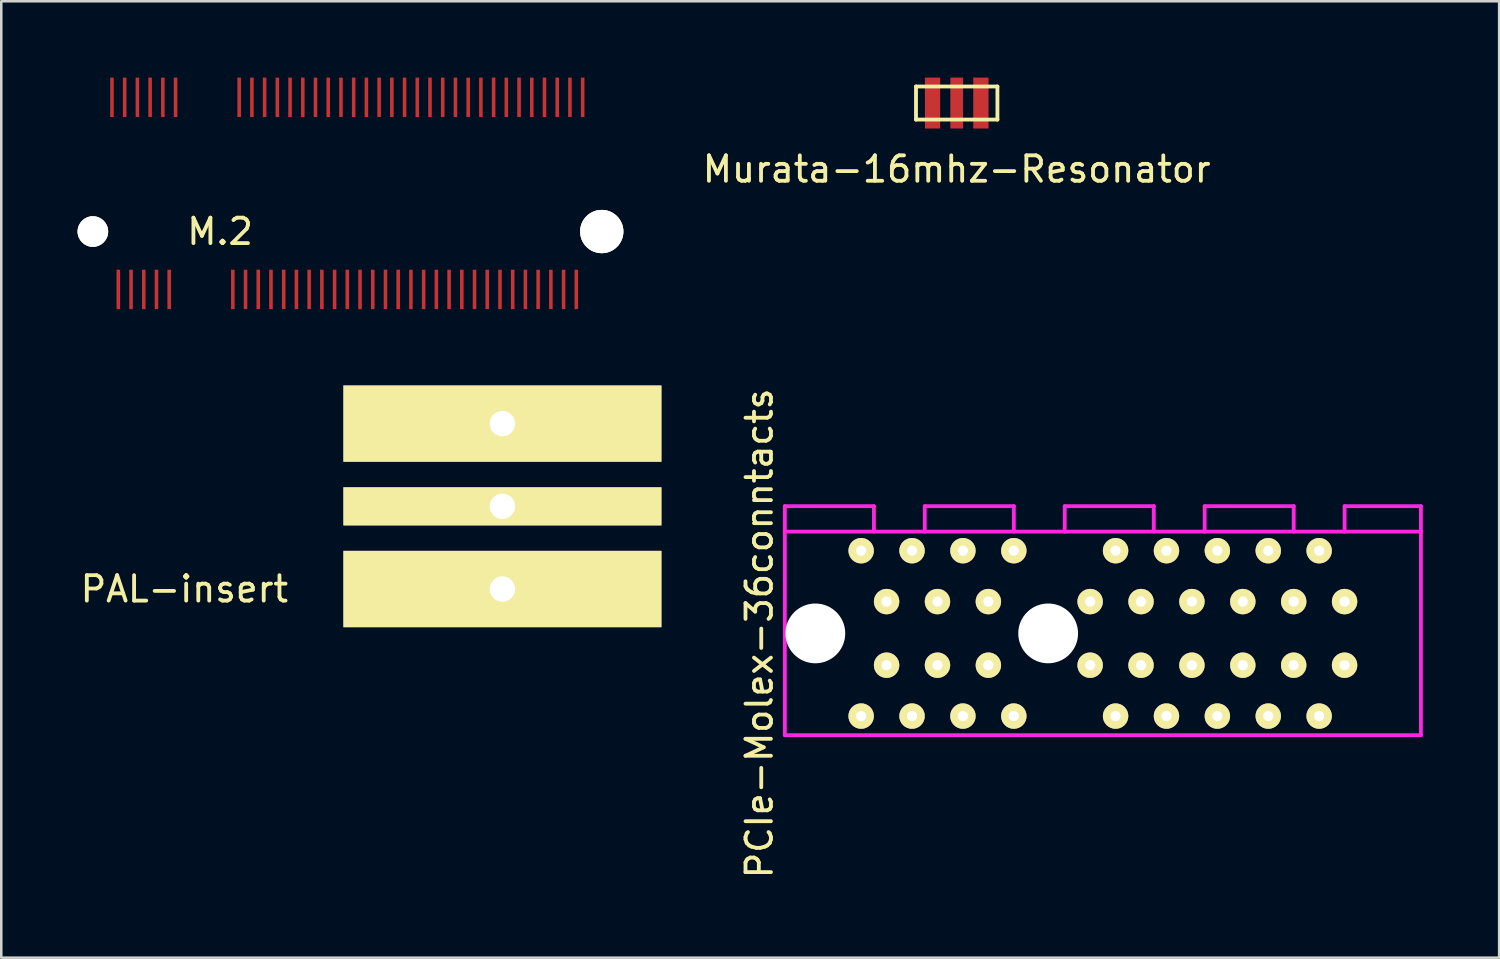
<source format=kicad_pcb>
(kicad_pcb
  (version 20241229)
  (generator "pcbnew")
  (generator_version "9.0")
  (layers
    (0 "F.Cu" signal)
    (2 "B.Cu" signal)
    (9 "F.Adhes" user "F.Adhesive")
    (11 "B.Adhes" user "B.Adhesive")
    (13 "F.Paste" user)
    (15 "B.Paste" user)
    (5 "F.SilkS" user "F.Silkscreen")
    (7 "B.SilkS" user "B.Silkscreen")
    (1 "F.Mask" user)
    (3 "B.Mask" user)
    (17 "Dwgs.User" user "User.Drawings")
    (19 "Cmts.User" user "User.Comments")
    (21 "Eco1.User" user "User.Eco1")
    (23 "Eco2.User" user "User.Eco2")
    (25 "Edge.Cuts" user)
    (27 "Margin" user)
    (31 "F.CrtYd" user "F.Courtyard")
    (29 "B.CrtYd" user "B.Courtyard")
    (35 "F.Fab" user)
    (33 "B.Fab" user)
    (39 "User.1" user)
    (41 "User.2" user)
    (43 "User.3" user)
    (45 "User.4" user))
  (footprint "PCIe-Molex-36conntacts"
    (layer "F.Cu")
    (at 39.795 21.844)
    (property "Reference" "PCIe-Molex-36conntacts" (at -13 0 270) (layer "F.SilkS") (effects (font (size 1 1) (thickness 0.15))))
    (attr through_hole)
    (fp_line (start -12 -5) (end -8.5 -5) (stroke (width 0.15) (type solid)) (layer "F.CrtYd"))
    (fp_line (start -12 -4) (end -12 -5) (stroke (width 0.15) (type solid)) (layer "F.CrtYd"))
    (fp_line (start -12 -4) (end -12 4) (stroke (width 0.15) (type solid)) (layer "F.CrtYd"))
    (fp_line (start -12 4) (end 13 4) (stroke (width 0.15) (type solid)) (layer "F.CrtYd"))
    (fp_line (start -8.5 -5) (end -8.5 -4) (stroke (width 0.15) (type solid)) (layer "F.CrtYd"))
    (fp_line (start -6.5 -5) (end -3 -5) (stroke (width 0.15) (type solid)) (layer "F.CrtYd"))
    (fp_line (start -6.5 -4) (end -6.5 -5) (stroke (width 0.15) (type solid)) (layer "F.CrtYd"))
    (fp_line (start -3 -5) (end -3 -4) (stroke (width 0.15) (type solid)) (layer "F.CrtYd"))
    (fp_line (start -1 -5) (end 2.5 -5) (stroke (width 0.15) (type solid)) (layer "F.CrtYd"))
    (fp_line (start -1 -4) (end -1 -5) (stroke (width 0.15) (type solid)) (layer "F.CrtYd"))
    (fp_line (start 2.5 -5) (end 2.5 -4) (stroke (width 0.15) (type solid)) (layer "F.CrtYd"))
    (fp_line (start 4.5 -5) (end 8 -5) (stroke (width 0.15) (type solid)) (layer "F.CrtYd"))
    (fp_line (start 4.5 -4) (end 4.5 -5) (stroke (width 0.15) (type solid)) (layer "F.CrtYd"))
    (fp_line (start 8 -5) (end 8 -4) (stroke (width 0.15) (type solid)) (layer "F.CrtYd"))
    (fp_line (start 10 -5) (end 13 -5) (stroke (width 0.15) (type solid)) (layer "F.CrtYd"))
    (fp_line (start 10 -4) (end 10 -5) (stroke (width 0.15) (type solid)) (layer "F.CrtYd"))
    (fp_line (start 13 -5) (end 13 -4) (stroke (width 0.15) (type solid)) (layer "F.CrtYd"))
    (fp_line (start 13 -4) (end -12 -4) (stroke (width 0.15) (type solid)) (layer "F.CrtYd"))
    (fp_line (start 13 4) (end 13 -4) (stroke (width 0.15) (type solid)) (layer "F.CrtYd"))
    (pad "" np_thru_hole circle (at -10.8 0) (size 2.35 2.35) (drill 2.35) (layers "*.Cu"))
    (pad "" np_thru_hole circle (at -1.65 0) (size 2.35 2.35) (drill 2.35) (layers "*.Cu"))
    (pad "A1" thru_hole circle (at 10 1.25) (size 1 1) (drill 0.4) (layers "*.Cu" "*.Mask" "F.SilkS"))
    (pad "A2" thru_hole circle (at 9 3.25) (size 1 1) (drill 0.4) (layers "*.Cu" "*.Mask" "F.SilkS"))
    (pad "A3" thru_hole circle (at 8 1.25) (size 1 1) (drill 0.4) (layers "*.Cu" "*.Mask" "F.SilkS"))
    (pad "A4" thru_hole circle (at 7 3.25) (size 1 1) (drill 0.4) (layers "*.Cu" "*.Mask" "F.SilkS"))
    (pad "A5" thru_hole circle (at 6 1.25) (size 1 1) (drill 0.4) (layers "*.Cu" "*.Mask" "F.SilkS"))
    (pad "A6" thru_hole circle (at 5 3.25) (size 1 1) (drill 0.4) (layers "*.Cu" "*.Mask" "F.SilkS"))
    (pad "A7" thru_hole circle (at 4 1.25) (size 1 1) (drill 0.4) (layers "*.Cu" "*.Mask" "F.SilkS"))
    (pad "A8" thru_hole circle (at 3 3.25) (size 1 1) (drill 0.4) (layers "*.Cu" "*.Mask" "F.SilkS"))
    (pad "A9" thru_hole circle (at 2 1.25) (size 1 1) (drill 0.4) (layers "*.Cu" "*.Mask" "F.SilkS"))
    (pad "A10" thru_hole circle (at 1 3.25) (size 1 1) (drill 0.4) (layers "*.Cu" "*.Mask" "F.SilkS"))
    (pad "A11" thru_hole circle (at 0 1.25) (size 1 1) (drill 0.4) (layers "*.Cu" "*.Mask" "F.SilkS"))
    (pad "A12" thru_hole circle (at -3 3.25) (size 1 1) (drill 0.4) (layers "*.Cu" "*.Mask" "F.SilkS"))
    (pad "A13" thru_hole circle (at -4 1.25) (size 1 1) (drill 0.4) (layers "*.Cu" "*.Mask" "F.SilkS"))
    (pad "A14" thru_hole circle (at -5 3.25) (size 1 1) (drill 0.4) (layers "*.Cu" "*.Mask" "F.SilkS"))
    (pad "A15" thru_hole circle (at -6 1.25) (size 1 1) (drill 0.4) (layers "*.Cu" "*.Mask" "F.SilkS"))
    (pad "A16" thru_hole circle (at -7 3.25) (size 1 1) (drill 0.4) (layers "*.Cu" "*.Mask" "F.SilkS"))
    (pad "A17" thru_hole circle (at -8 1.25) (size 1 1) (drill 0.4) (layers "*.Cu" "*.Mask" "F.SilkS"))
    (pad "A18" thru_hole circle (at -9 3.25) (size 1 1) (drill 0.4) (layers "*.Cu" "*.Mask" "F.SilkS"))
    (pad "B1" thru_hole circle (at 10 -1.25) (size 1 1) (drill 0.4) (layers "*.Cu" "*.Mask" "F.SilkS"))
    (pad "B2" thru_hole circle (at 9 -3.25) (size 1 1) (drill 0.4) (layers "*.Cu" "*.Mask" "F.SilkS"))
    (pad "B3" thru_hole circle (at 8 -1.25) (size 1 1) (drill 0.4) (layers "*.Cu" "*.Mask" "F.SilkS"))
    (pad "B4" thru_hole circle (at 7 -3.25) (size 1 1) (drill 0.4) (layers "*.Cu" "*.Mask" "F.SilkS"))
    (pad "B5" thru_hole circle (at 6 -1.25) (size 1 1) (drill 0.4) (layers "*.Cu" "*.Mask" "F.SilkS"))
    (pad "B6" thru_hole circle (at 5 -3.25) (size 1 1) (drill 0.4) (layers "*.Cu" "*.Mask" "F.SilkS"))
    (pad "B7" thru_hole circle (at 4 -1.25) (size 1 1) (drill 0.4) (layers "*.Cu" "*.Mask" "F.SilkS"))
    (pad "B8" thru_hole circle (at 3 -3.25) (size 1 1) (drill 0.4) (layers "*.Cu" "*.Mask" "F.SilkS"))
    (pad "B9" thru_hole circle (at 2 -1.25) (size 1 1) (drill 0.4) (layers "*.Cu" "*.Mask" "F.SilkS"))
    (pad "B10" thru_hole circle (at 1 -3.25) (size 1 1) (drill 0.4) (layers "*.Cu" "*.Mask" "F.SilkS"))
    (pad "B11" thru_hole circle (at 0 -1.25) (size 1 1) (drill 0.4) (layers "*.Cu" "*.Mask" "F.SilkS"))
    (pad "B12" thru_hole circle (at -3 -3.25) (size 1 1) (drill 0.4) (layers "*.Cu" "*.Mask" "F.SilkS"))
    (pad "B13" thru_hole circle (at -4 -1.25) (size 1 1) (drill 0.4) (layers "*.Cu" "*.Mask" "F.SilkS"))
    (pad "B14" thru_hole circle (at -5 -3.25) (size 1 1) (drill 0.4) (layers "*.Cu" "*.Mask" "F.SilkS"))
    (pad "B15" thru_hole circle (at -6 -1.25) (size 1 1) (drill 0.4) (layers "*.Cu" "*.Mask" "F.SilkS"))
    (pad "B16" thru_hole circle (at -7 -3.25) (size 1 1) (drill 0.4) (layers "*.Cu" "*.Mask" "F.SilkS"))
    (pad "B17" thru_hole circle (at -8 -1.25) (size 1 1) (drill 0.4) (layers "*.Cu" "*.Mask" "F.SilkS"))
    (pad "B18" thru_hole circle (at -9 -3.25) (size 1 1) (drill 0.4) (layers "*.Cu" "*.Mask" "F.SilkS")))
  (footprint "M.2"
    (layer "F.Cu")
    (at 1.6 8.325)
    (property "Reference" "M.2" (at 4 -2.275 0) (layer "F.SilkS") (effects (font (size 1 1) (thickness 0.15))))
    (attr through_hole)
    (pad "" thru_hole circle (at -1 -2.275) (size 1.2 1.2) (drill 1.2) (layers "*.Cu" "F.SilkS"))
    (pad "" thru_hole circle (at 19 -2.275) (size 1.7 1.7) (drill 1.7) (layers "*.Cu" "F.SilkS"))
    (pad "1" smd rect (at -0.25 -7.55) (size 0.14 1.55) (layers "F.Cu" "F.Paste"))
    (pad "2" smd rect (at 0 0) (size 0.14 1.55) (layers "F.Cu" "F.Paste"))
    (pad "3" smd rect (at 0.25 -7.55) (size 0.14 1.55) (layers "F.Cu" "F.Paste"))
    (pad "4" smd rect (at 0.5 0) (size 0.14 1.55) (layers "F.Cu" "F.Paste"))
    (pad "5" smd rect (at 0.75 -7.55) (size 0.14 1.55) (layers "F.Cu" "F.Paste"))
    (pad "6" smd rect (at 1 0) (size 0.14 1.55) (layers "F.Cu" "F.Paste"))
    (pad "7" smd rect (at 1.25 -7.55) (size 0.14 1.55) (layers "F.Cu" "F.Paste"))
    (pad "8" smd rect (at 1.5 0) (size 0.14 1.55) (layers "F.Cu" "F.Paste"))
    (pad "9" smd rect (at 1.75 -7.55) (size 0.14 1.55) (layers "F.Cu" "F.Paste"))
    (pad "10" smd rect (at 2 0) (size 0.14 1.55) (layers "F.Cu" "F.Paste"))
    (pad "11" smd rect (at 2.25 -7.55) (size 0.14 1.55) (layers "F.Cu" "F.Paste"))
    (pad "20" smd rect (at 4.5 0) (size 0.14 1.55) (layers "F.Cu" "F.Paste"))
    (pad "21" smd rect (at 4.75 -7.55) (size 0.14 1.55) (layers "F.Cu" "F.Paste"))
    (pad "22" smd rect (at 5 0) (size 0.14 1.55) (layers "F.Cu" "F.Paste"))
    (pad "23" smd rect (at 5.25 -7.55) (size 0.14 1.55) (layers "F.Cu" "F.Paste"))
    (pad "24" smd rect (at 5.5 0) (size 0.14 1.55) (layers "F.Cu" "F.Paste"))
    (pad "25" smd rect (at 5.75 -7.55) (size 0.14 1.55) (layers "F.Cu" "F.Paste"))
    (pad "26" smd rect (at 6 0) (size 0.14 1.55) (layers "F.Cu" "F.Paste"))
    (pad "27" smd rect (at 6.25 -7.55) (size 0.14 1.55) (layers "F.Cu" "F.Paste"))
    (pad "28" smd rect (at 6.5 0) (size 0.14 1.55) (layers "F.Cu" "F.Paste"))
    (pad "29" smd rect (at 6.75 -7.55) (size 0.14 1.55) (layers "F.Cu" "F.Paste"))
    (pad "30" smd rect (at 7 0) (size 0.14 1.55) (layers "F.Cu" "F.Paste"))
    (pad "31" smd rect (at 7.25 -7.55) (size 0.14 1.55) (layers "F.Cu" "F.Paste"))
    (pad "32" smd rect (at 7.5 0) (size 0.14 1.55) (layers "F.Cu" "F.Paste"))
    (pad "33" smd rect (at 7.75 -7.55) (size 0.14 1.55) (layers "F.Cu" "F.Paste"))
    (pad "34" smd rect (at 8 0) (size 0.14 1.55) (layers "F.Cu" "F.Paste"))
    (pad "35" smd rect (at 8.25 -7.55) (size 0.14 1.55) (layers "F.Cu" "F.Paste"))
    (pad "36" smd rect (at 8.5 0) (size 0.14 1.55) (layers "F.Cu" "F.Paste"))
    (pad "37" smd rect (at 8.75 -7.55) (size 0.14 1.55) (layers "F.Cu" "F.Paste"))
    (pad "38" smd rect (at 9 0) (size 0.14 1.55) (layers "F.Cu" "F.Paste"))
    (pad "39" smd rect (at 9.25 -7.55) (size 0.14 1.55) (layers "F.Cu" "F.Paste"))
    (pad "40" smd rect (at 9.5 0) (size 0.14 1.55) (layers "F.Cu" "F.Paste"))
    (pad "41" smd rect (at 9.75 -7.55) (size 0.14 1.55) (layers "F.Cu" "F.Paste"))
    (pad "42" smd rect (at 10 0) (size 0.14 1.55) (layers "F.Cu" "F.Paste"))
    (pad "43" smd rect (at 10.25 -7.55) (size 0.14 1.55) (layers "F.Cu" "F.Paste"))
    (pad "44" smd rect (at 10.5 0) (size 0.14 1.55) (layers "F.Cu" "F.Paste"))
    (pad "45" smd rect (at 10.75 -7.55) (size 0.14 1.55) (layers "F.Cu" "F.Paste"))
    (pad "46" smd rect (at 11 0) (size 0.14 1.55) (layers "F.Cu" "F.Paste"))
    (pad "47" smd rect (at 11.25 -7.55) (size 0.14 1.55) (layers "F.Cu" "F.Paste"))
    (pad "48" smd rect (at 11.5 0) (size 0.14 1.55) (layers "F.Cu" "F.Paste"))
    (pad "49" smd rect (at 11.75 -7.55) (size 0.14 1.55) (layers "F.Cu" "F.Paste"))
    (pad "50" smd rect (at 12 0) (size 0.14 1.55) (layers "F.Cu" "F.Paste"))
    (pad "51" smd rect (at 12.25 -7.55) (size 0.14 1.55) (layers "F.Cu" "F.Paste"))
    (pad "52" smd rect (at 12.5 0) (size 0.14 1.55) (layers "F.Cu" "F.Paste"))
    (pad "53" smd rect (at 12.75 -7.55) (size 0.14 1.55) (layers "F.Cu" "F.Paste"))
    (pad "54" smd rect (at 13 0) (size 0.14 1.55) (layers "F.Cu" "F.Paste"))
    (pad "55" smd rect (at 13.25 -7.55) (size 0.14 1.55) (layers "F.Cu" "F.Paste"))
    (pad "56" smd rect (at 13.5 0) (size 0.14 1.55) (layers "F.Cu" "F.Paste"))
    (pad "57" smd rect (at 13.75 -7.55) (size 0.14 1.55) (layers "F.Cu" "F.Paste"))
    (pad "58" smd rect (at 14 0) (size 0.14 1.55) (layers "F.Cu" "F.Paste"))
    (pad "59" smd rect (at 14.25 -7.55) (size 0.14 1.55) (layers "F.Cu" "F.Paste"))
    (pad "60" smd rect (at 14.5 0) (size 0.14 1.55) (layers "F.Cu" "F.Paste"))
    (pad "61" smd rect (at 14.75 -7.55) (size 0.14 1.55) (layers "F.Cu" "F.Paste"))
    (pad "62" smd rect (at 15 0) (size 0.14 1.55) (layers "F.Cu" "F.Paste"))
    (pad "63" smd rect (at 15.25 -7.55) (size 0.14 1.55) (layers "F.Cu" "F.Paste"))
    (pad "64" smd rect (at 15.5 0) (size 0.14 1.55) (layers "F.Cu" "F.Paste"))
    (pad "65" smd rect (at 15.75 -7.55) (size 0.14 1.55) (layers "F.Cu" "F.Paste"))
    (pad "66" smd rect (at 16 0) (size 0.14 1.55) (layers "F.Cu" "F.Paste"))
    (pad "67" smd rect (at 16.25 -7.55) (size 0.14 1.55) (layers "F.Cu" "F.Paste"))
    (pad "68" smd rect (at 16.5 0) (size 0.14 1.55) (layers "F.Cu" "F.Paste"))
    (pad "69" smd rect (at 16.75 -7.55) (size 0.14 1.55) (layers "F.Cu" "F.Paste"))
    (pad "70" smd rect (at 17 0) (size 0.14 1.55) (layers "F.Cu" "F.Paste"))
    (pad "71" smd rect (at 17.25 -7.55) (size 0.14 1.55) (layers "F.Cu" "F.Paste"))
    (pad "72" smd rect (at 17.5 0) (size 0.14 1.55) (layers "F.Cu" "F.Paste"))
    (pad "73" smd rect (at 17.75 -7.55) (size 0.14 1.55) (layers "F.Cu" "F.Paste"))
    (pad "74" smd rect (at 18 0) (size 0.14 1.55) (layers "F.Cu" "F.Paste"))
    (pad "75" smd rect (at 18.25 -7.55) (size 0.14 1.55) (layers "F.Cu" "F.Paste")))
  (footprint "Murata-16mhz-Resonator"
    (layer "F.Cu")
    (at 34.551 1)
    (property "Reference" "Murata-16mhz-Resonator" (at 0 2.6 0) (layer "F.SilkS") (effects (font (size 1 1) (thickness 0.15))))
    (attr through_hole)
    (fp_line (start -1.6 -0.65) (end -1.6 0.65) (stroke (width 0.15) (type solid)) (layer "F.SilkS"))
    (fp_line (start -1.6 0.65) (end 1.6 0.65) (stroke (width 0.15) (type solid)) (layer "F.SilkS"))
    (fp_line (start 1.6 -0.65) (end -1.6 -0.65) (stroke (width 0.15) (type solid)) (layer "F.SilkS"))
    (fp_line (start 1.6 0.65) (end 1.6 -0.65) (stroke (width 0.15) (type solid)) (layer "F.SilkS"))
    (pad "1" smd rect (at -0.95 0) (size 0.6 2) (layers "F.Cu" "F.Mask" "F.Paste"))
    (pad "2" smd rect (at 0 0) (size 0.5 2) (layers "F.Cu" "F.Mask" "F.Paste"))
    (pad "3" smd rect (at 0.95 0) (size 0.6 2) (layers "F.Cu" "F.Mask" "F.Paste")))
  (footprint "PAL-insert"
    (layer "F.Cu")
    (at 16.696 16.85)
    (property "Reference" "PAL-insert" (at -12.5 3.25 0) (layer "F.SilkS") (effects (font (size 1 1) (thickness 0.15))))
    (attr through_hole)
    (pad "1" thru_hole rect (at 0 -3.25) (size 12.5 3) (drill 1) (layers "*.Cu" "*.Mask" "F.SilkS"))
    (pad "2" thru_hole rect (at 0 0) (size 12.5 1.5) (drill 1) (layers "*.Cu" "*.Mask" "F.SilkS"))
    (pad "3" thru_hole rect (at 0 3.25) (size 12.5 3) (drill 1) (layers "*.Cu" "*.Mask" "F.SilkS")))
  (gr_rect
    (start -3 -3)
    (end 55.87 34.588)
    (stroke (width 0.1) (type default))
    (fill no)
    (layer "Edge.Cuts")))
</source>
